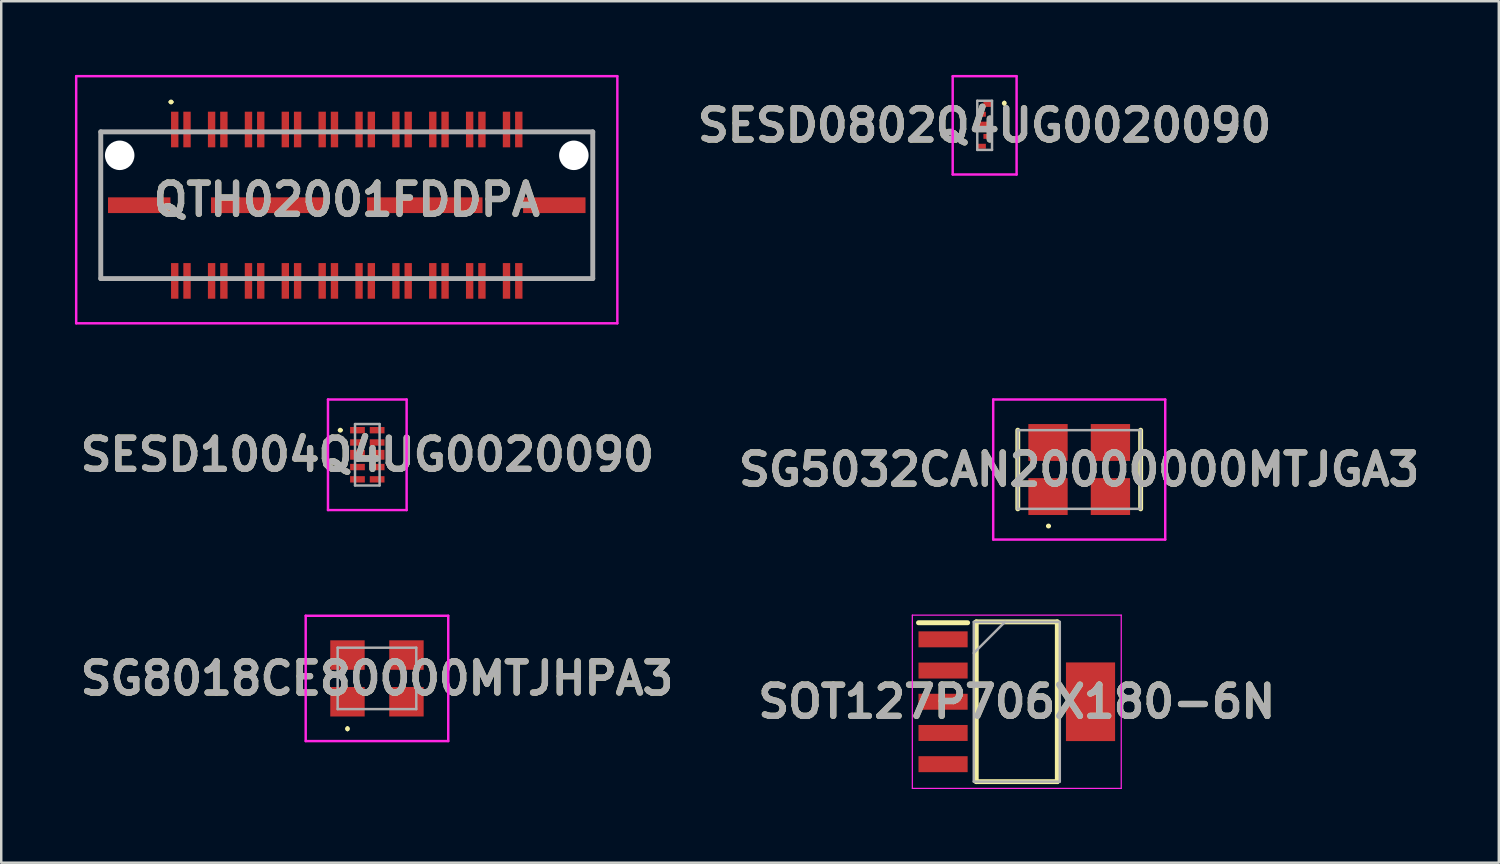
<source format=kicad_pcb>
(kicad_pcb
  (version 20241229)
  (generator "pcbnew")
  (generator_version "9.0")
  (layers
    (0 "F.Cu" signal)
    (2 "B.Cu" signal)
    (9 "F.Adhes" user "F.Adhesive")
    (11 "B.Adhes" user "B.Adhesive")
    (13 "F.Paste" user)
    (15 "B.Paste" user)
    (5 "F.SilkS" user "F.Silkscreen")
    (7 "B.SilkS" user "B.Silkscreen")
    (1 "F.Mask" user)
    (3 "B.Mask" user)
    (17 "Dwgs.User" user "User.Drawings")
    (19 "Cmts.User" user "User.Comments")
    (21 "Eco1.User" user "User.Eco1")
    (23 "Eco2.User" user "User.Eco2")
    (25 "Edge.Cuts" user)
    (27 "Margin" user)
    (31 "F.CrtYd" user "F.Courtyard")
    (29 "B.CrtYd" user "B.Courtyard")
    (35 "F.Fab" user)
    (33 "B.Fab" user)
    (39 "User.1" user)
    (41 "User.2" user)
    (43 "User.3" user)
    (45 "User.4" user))
  (footprint "SESD0802Q4UG0020090"
    (layer "F.Cu")
    (at 37.016 2.05)
    (property "Reference" "SESD0802Q4UG0020090" (at 0 0 0) (layer "F.SilkS") (effects (font (size 1.27 1.27) (thickness 0.254))))
    (attr smd)
    (fp_line (start 0.8 -0.95) (end 0.8 -0.95) (stroke (width 0.1) (type solid)) (layer "F.SilkS"))
    (fp_line (start 0.8 -0.85) (end 0.8 -0.85) (stroke (width 0.1) (type solid)) (layer "F.SilkS"))
    (fp_arc (start 0.8 -0.95) (mid 0.85 -0.9) (end 0.8 -0.85) (stroke (width 0.1) (type solid)) (layer "F.SilkS"))
    (fp_arc (start 0.8 -0.85) (mid 0.75 -0.9) (end 0.8 -0.95) (stroke (width 0.1) (type solid)) (layer "F.SilkS"))
    (fp_line (start -1.3 -2) (end -1.3 2) (stroke (width 0.1) (type solid)) (layer "F.CrtYd"))
    (fp_line (start -1.3 2) (end 1.3 2) (stroke (width 0.1) (type solid)) (layer "F.CrtYd"))
    (fp_line (start 1.3 -2) (end -1.3 -2) (stroke (width 0.1) (type solid)) (layer "F.CrtYd"))
    (fp_line (start 1.3 2) (end 1.3 -2) (stroke (width 0.1) (type solid)) (layer "F.CrtYd"))
    (fp_line (start -0.3 -1) (end -0.3 1) (stroke (width 0.1) (type solid)) (layer "F.Fab"))
    (fp_line (start -0.3 1) (end 0.3 1) (stroke (width 0.1) (type solid)) (layer "F.Fab"))
    (fp_line (start 0.3 -1) (end -0.3 -1) (stroke (width 0.1) (type solid)) (layer "F.Fab"))
    (fp_line (start 0.3 1) (end 0.3 -1) (stroke (width 0.1) (type solid)) (layer "F.Fab"))
    (fp_text user "${REFERENCE}" (at 0 0 0) (layer "F.Fab") (effects (font (size 1.27 1.27) (thickness 0.254))))
    (pad "1" smd rect (at 0.125 -0.85 90) (size 0.2 0.35) (layers "F.Cu" "F.Mask" "F.Paste"))
    (pad "2" smd rect (at 0.125 0.45 90) (size 0.2 0.35) (layers "F.Cu" "F.Mask" "F.Paste"))
    (pad "3" smd rect (at -0.125 0.85 90) (size 0.2 0.35) (layers "F.Cu" "F.Mask" "F.Paste"))
    (pad "4" smd rect (at -0.125 -0.45 90) (size 0.2 0.35) (layers "F.Cu" "F.Mask" "F.Paste"))
    (pad "5" smd rect (at 0 0 90) (size 0.3 0.5) (layers "F.Cu" "F.Mask" "F.Paste")))
  (footprint "SOT127P706X180-6N"
    (layer "F.Cu")
    (at 38.324 25.505)
    (property "Reference" "SOT127P706X180-6N" (at 0 0 0) (layer "F.SilkS") (effects (font (size 1.27 1.27) (thickness 0.254))))
    (attr smd)
    (fp_line (start -4 -3.215) (end -2 -3.215) (stroke (width 0.2) (type solid)) (layer "F.SilkS"))
    (fp_line (start -1.65 -3.25) (end 1.65 -3.25) (stroke (width 0.2) (type solid)) (layer "F.SilkS"))
    (fp_line (start -1.65 3.25) (end -1.65 -3.25) (stroke (width 0.2) (type solid)) (layer "F.SilkS"))
    (fp_line (start 1.65 -3.25) (end 1.65 3.25) (stroke (width 0.2) (type solid)) (layer "F.SilkS"))
    (fp_line (start 1.65 3.25) (end -1.65 3.25) (stroke (width 0.2) (type solid)) (layer "F.SilkS"))
    (fp_line (start -4.25 -3.525) (end 4.25 -3.525) (stroke (width 0.05) (type solid)) (layer "F.CrtYd"))
    (fp_line (start -4.25 3.525) (end -4.25 -3.525) (stroke (width 0.05) (type solid)) (layer "F.CrtYd"))
    (fp_line (start 4.25 -3.525) (end 4.25 3.525) (stroke (width 0.05) (type solid)) (layer "F.CrtYd"))
    (fp_line (start 4.25 3.525) (end -4.25 3.525) (stroke (width 0.05) (type solid)) (layer "F.CrtYd"))
    (fp_line (start -1.75 -3.25) (end 1.75 -3.25) (stroke (width 0.1) (type solid)) (layer "F.Fab"))
    (fp_line (start -1.75 -1.98) (end -0.48 -3.25) (stroke (width 0.1) (type solid)) (layer "F.Fab"))
    (fp_line (start -1.75 3.25) (end -1.75 -3.25) (stroke (width 0.1) (type solid)) (layer "F.Fab"))
    (fp_line (start 1.75 -3.25) (end 1.75 3.25) (stroke (width 0.1) (type solid)) (layer "F.Fab"))
    (fp_line (start 1.75 3.25) (end -1.75 3.25) (stroke (width 0.1) (type solid)) (layer "F.Fab"))
    (fp_text user "${REFERENCE}" (at 0 0 0) (layer "F.Fab") (effects (font (size 1.27 1.27) (thickness 0.254))))
    (pad "1" smd rect (at -3 -2.54 90) (size 0.65 2) (layers "F.Cu" "F.Mask" "F.Paste"))
    (pad "2" smd rect (at -3 -1.27 90) (size 0.65 2) (layers "F.Cu" "F.Mask" "F.Paste"))
    (pad "3" smd rect (at -3 0 90) (size 0.65 2) (layers "F.Cu" "F.Mask" "F.Paste"))
    (pad "4" smd rect (at -3 1.27 90) (size 0.65 2) (layers "F.Cu" "F.Mask" "F.Paste"))
    (pad "5" smd rect (at -3 2.54 90) (size 0.65 2) (layers "F.Cu" "F.Mask" "F.Paste"))
    (pad "6" smd rect (at 3 0) (size 2 3.2) (layers "F.Cu" "F.Mask" "F.Paste")))
  (footprint "QTH02001FDDPA"
    (layer "F.Cu")
    (at 11.06 5.3)
    (property "Reference" "QTH02001FDDPA" (at 0 -0.223 0) (layer "F.SilkS") (effects (font (size 1.27 1.27) (thickness 0.254))))
    (attr through_hole)
    (fp_line (start -10.01 -2.985) (end -10 3) (stroke (width 0.1) (type solid)) (layer "F.SilkS"))
    (fp_line (start -10 3) (end -7.4 3) (stroke (width 0.1) (type solid)) (layer "F.SilkS"))
    (fp_line (start -7.4 -2.985) (end -10.01 -2.985) (stroke (width 0.1) (type solid)) (layer "F.SilkS"))
    (fp_line (start -7.2 -4.2) (end -7.2 -4.2) (stroke (width 0.1) (type solid)) (layer "F.SilkS"))
    (fp_line (start -7.1 -4.2) (end -7.1 -4.2) (stroke (width 0.1) (type solid)) (layer "F.SilkS"))
    (fp_line (start 7.4 -2.985) (end 10.01 -2.985) (stroke (width 0.1) (type solid)) (layer "F.SilkS"))
    (fp_line (start 10 3) (end 7.4 3) (stroke (width 0.1) (type solid)) (layer "F.SilkS"))
    (fp_line (start 10.01 -2.985) (end 10 3) (stroke (width 0.1) (type solid)) (layer "F.SilkS"))
    (fp_arc (start -7.2 -4.2) (mid -7.15 -4.25) (end -7.1 -4.2) (stroke (width 0.1) (type solid)) (layer "F.SilkS"))
    (fp_arc (start -7.1 -4.2) (mid -7.15 -4.15) (end -7.2 -4.2) (stroke (width 0.1) (type solid)) (layer "F.SilkS"))
    (fp_line (start -11.01 -5.25) (end 11.01 -5.25) (stroke (width 0.1) (type solid)) (layer "F.CrtYd"))
    (fp_line (start -11.01 4.805) (end -11.01 -5.25) (stroke (width 0.1) (type solid)) (layer "F.CrtYd"))
    (fp_line (start 11.01 -5.25) (end 11.01 4.805) (stroke (width 0.1) (type solid)) (layer "F.CrtYd"))
    (fp_line (start 11.01 4.805) (end -11.01 4.805) (stroke (width 0.1) (type solid)) (layer "F.CrtYd"))
    (fp_line (start -10.01 -2.985) (end 10.01 -2.985) (stroke (width 0.2) (type solid)) (layer "F.Fab"))
    (fp_line (start -10.01 2.985) (end -10.01 -2.985) (stroke (width 0.2) (type solid)) (layer "F.Fab"))
    (fp_line (start 10.01 -2.985) (end 10.01 2.985) (stroke (width 0.2) (type solid)) (layer "F.Fab"))
    (fp_line (start 10.01 2.985) (end -10.01 2.985) (stroke (width 0.2) (type solid)) (layer "F.Fab"))
    (fp_text user "${REFERENCE}" (at 0 -0.223 0) (layer "F.Fab") (effects (font (size 1.27 1.27) (thickness 0.254))))
    (pad "" np_thru_hole circle (at -9.24 -2.03) (size 1.2 1.2) (drill 1.2) (layers "*.Cu" "*.Mask"))
    (pad "" np_thru_hole circle (at 9.24 -2.03) (size 1.2 1.2) (drill 1.2) (layers "*.Cu" "*.Mask"))
    (pad "1" smd rect (at -7 -3.08) (size 0.3 1.45) (layers "F.Cu" "F.Mask" "F.Paste"))
    (pad "2" smd rect (at -7 3.08) (size 0.3 1.45) (layers "F.Cu" "F.Mask" "F.Paste"))
    (pad "3" smd rect (at -6.5 -3.08) (size 0.3 1.45) (layers "F.Cu" "F.Mask" "F.Paste"))
    (pad "4" smd rect (at -6.5 3.08) (size 0.3 1.45) (layers "F.Cu" "F.Mask" "F.Paste"))
    (pad "5" smd rect (at -5.5 -3.08) (size 0.3 1.45) (layers "F.Cu" "F.Mask" "F.Paste"))
    (pad "6" smd rect (at -5.5 3.08) (size 0.3 1.45) (layers "F.Cu" "F.Mask" "F.Paste"))
    (pad "7" smd rect (at -5 -3.08) (size 0.3 1.45) (layers "F.Cu" "F.Mask" "F.Paste"))
    (pad "8" smd rect (at -5 3.08) (size 0.3 1.45) (layers "F.Cu" "F.Mask" "F.Paste"))
    (pad "9" smd rect (at -4 -3.08) (size 0.3 1.45) (layers "F.Cu" "F.Mask" "F.Paste"))
    (pad "10" smd rect (at -4 3.08) (size 0.3 1.45) (layers "F.Cu" "F.Mask" "F.Paste"))
    (pad "11" smd rect (at -3.5 -3.08) (size 0.3 1.45) (layers "F.Cu" "F.Mask" "F.Paste"))
    (pad "12" smd rect (at -3.5 3.08) (size 0.3 1.45) (layers "F.Cu" "F.Mask" "F.Paste"))
    (pad "13" smd rect (at -2.5 -3.08) (size 0.3 1.45) (layers "F.Cu" "F.Mask" "F.Paste"))
    (pad "14" smd rect (at -2.5 3.08) (size 0.3 1.45) (layers "F.Cu" "F.Mask" "F.Paste"))
    (pad "15" smd rect (at -2 -3.08) (size 0.3 1.45) (layers "F.Cu" "F.Mask" "F.Paste"))
    (pad "16" smd rect (at -2 3.08) (size 0.3 1.45) (layers "F.Cu" "F.Mask" "F.Paste"))
    (pad "17" smd rect (at -1 -3.08) (size 0.3 1.45) (layers "F.Cu" "F.Mask" "F.Paste"))
    (pad "18" smd rect (at -1 3.08) (size 0.3 1.45) (layers "F.Cu" "F.Mask" "F.Paste"))
    (pad "19" smd rect (at -0.5 -3.08) (size 0.3 1.45) (layers "F.Cu" "F.Mask" "F.Paste"))
    (pad "20" smd rect (at -0.5 3.08) (size 0.3 1.45) (layers "F.Cu" "F.Mask" "F.Paste"))
    (pad "21" smd rect (at 0.5 -3.08) (size 0.3 1.45) (layers "F.Cu" "F.Mask" "F.Paste"))
    (pad "22" smd rect (at 0.5 3.08) (size 0.3 1.45) (layers "F.Cu" "F.Mask" "F.Paste"))
    (pad "23" smd rect (at 1 -3.08) (size 0.3 1.45) (layers "F.Cu" "F.Mask" "F.Paste"))
    (pad "24" smd rect (at 1 3.08) (size 0.3 1.45) (layers "F.Cu" "F.Mask" "F.Paste"))
    (pad "25" smd rect (at 2 -3.08) (size 0.3 1.45) (layers "F.Cu" "F.Mask" "F.Paste"))
    (pad "26" smd rect (at 2 3.08) (size 0.3 1.45) (layers "F.Cu" "F.Mask" "F.Paste"))
    (pad "27" smd rect (at 2.5 -3.08) (size 0.3 1.45) (layers "F.Cu" "F.Mask" "F.Paste"))
    (pad "28" smd rect (at 2.5 3.08) (size 0.3 1.45) (layers "F.Cu" "F.Mask" "F.Paste"))
    (pad "29" smd rect (at 3.5 -3.08) (size 0.3 1.45) (layers "F.Cu" "F.Mask" "F.Paste"))
    (pad "30" smd rect (at 3.5 3.08) (size 0.3 1.45) (layers "F.Cu" "F.Mask" "F.Paste"))
    (pad "31" smd rect (at 4 -3.08) (size 0.3 1.45) (layers "F.Cu" "F.Mask" "F.Paste"))
    (pad "32" smd rect (at 4 3.08) (size 0.3 1.45) (layers "F.Cu" "F.Mask" "F.Paste"))
    (pad "33" smd rect (at 5 -3.08) (size 0.3 1.45) (layers "F.Cu" "F.Mask" "F.Paste"))
    (pad "34" smd rect (at 5 3.08) (size 0.3 1.45) (layers "F.Cu" "F.Mask" "F.Paste"))
    (pad "35" smd rect (at 5.5 -3.08) (size 0.3 1.45) (layers "F.Cu" "F.Mask" "F.Paste"))
    (pad "36" smd rect (at 5.5 3.08) (size 0.3 1.45) (layers "F.Cu" "F.Mask" "F.Paste"))
    (pad "37" smd rect (at 6.5 -3.08) (size 0.3 1.45) (layers "F.Cu" "F.Mask" "F.Paste"))
    (pad "38" smd rect (at 6.5 3.08) (size 0.3 1.45) (layers "F.Cu" "F.Mask" "F.Paste"))
    (pad "39" smd rect (at 7 -3.08) (size 0.3 1.45) (layers "F.Cu" "F.Mask" "F.Paste"))
    (pad "40" smd rect (at 7 3.08) (size 0.3 1.45) (layers "F.Cu" "F.Mask" "F.Paste"))
    (pad "MP1" smd rect (at -8.445 0 90) (size 0.64 2.54) (layers "F.Cu" "F.Mask" "F.Paste"))
    (pad "MP2" smd rect (at -3.175 0 90) (size 0.64 4.7) (layers "F.Cu" "F.Mask" "F.Paste"))
    (pad "MP3" smd rect (at 3.175 0 90) (size 0.64 4.7) (layers "F.Cu" "F.Mask" "F.Paste"))
    (pad "MP4" smd rect (at 8.445 0 90) (size 0.64 2.54) (layers "F.Cu" "F.Mask" "F.Paste")))
  (footprint "SG5032CAN20000000MTJGA3"
    (layer "F.Cu")
    (at 40.864 16.055)
    (property "Reference" "SG5032CAN20000000MTJGA3" (at 0 0 0) (layer "F.SilkS") (effects (font (size 1.27 1.27) (thickness 0.254))))
    (attr smd)
    (fp_line (start -2.5 -1.6) (end -2.5 1.6) (stroke (width 0.2) (type solid)) (layer "F.SilkS"))
    (fp_line (start -1.3 2.3) (end -1.3 2.3) (stroke (width 0.1) (type solid)) (layer "F.SilkS"))
    (fp_line (start -1.2 2.3) (end -1.2 2.3) (stroke (width 0.1) (type solid)) (layer "F.SilkS"))
    (fp_line (start 2.5 -1.6) (end 2.5 1.6) (stroke (width 0.2) (type solid)) (layer "F.SilkS"))
    (fp_arc (start -1.3 2.3) (mid -1.25 2.25) (end -1.2 2.3) (stroke (width 0.1) (type solid)) (layer "F.SilkS"))
    (fp_arc (start -1.2 2.3) (mid -1.25 2.35) (end -1.3 2.3) (stroke (width 0.1) (type solid)) (layer "F.SilkS"))
    (fp_line (start -3.5 -2.85) (end 3.5 -2.85) (stroke (width 0.1) (type solid)) (layer "F.CrtYd"))
    (fp_line (start -3.5 2.85) (end -3.5 -2.85) (stroke (width 0.1) (type solid)) (layer "F.CrtYd"))
    (fp_line (start 3.5 -2.85) (end 3.5 2.85) (stroke (width 0.1) (type solid)) (layer "F.CrtYd"))
    (fp_line (start 3.5 2.85) (end -3.5 2.85) (stroke (width 0.1) (type solid)) (layer "F.CrtYd"))
    (fp_line (start -2.5 -1.6) (end 2.5 -1.6) (stroke (width 0.1) (type solid)) (layer "F.Fab"))
    (fp_line (start -2.5 1.6) (end -2.5 -1.6) (stroke (width 0.1) (type solid)) (layer "F.Fab"))
    (fp_line (start 2.5 -1.6) (end 2.5 1.6) (stroke (width 0.1) (type solid)) (layer "F.Fab"))
    (fp_line (start 2.5 1.6) (end -2.5 1.6) (stroke (width 0.1) (type solid)) (layer "F.Fab"))
    (fp_text user "${REFERENCE}" (at 0 0 0) (layer "F.Fab") (effects (font (size 1.27 1.27) (thickness 0.254))))
    (pad "1" smd rect (at -1.27 1.1 90) (size 1.5 1.6) (layers "F.Cu" "F.Mask" "F.Paste"))
    (pad "2" smd rect (at 1.27 1.1 90) (size 1.5 1.6) (layers "F.Cu" "F.Mask" "F.Paste"))
    (pad "3" smd rect (at 1.27 -1.1 90) (size 1.5 1.6) (layers "F.Cu" "F.Mask" "F.Paste"))
    (pad "4" smd rect (at -1.27 -1.1 90) (size 1.5 1.6) (layers "F.Cu" "F.Mask" "F.Paste")))
  (footprint "SESD1004Q4UG0020090"
    (layer "F.Cu")
    (at 11.896 15.455)
    (property "Reference" "SESD1004Q4UG0020090" (at 0 0 0) (layer "F.SilkS") (effects (font (size 1.27 1.27) (thickness 0.254))))
    (attr smd)
    (fp_line (start -1.15 -1) (end -1.15 -1) (stroke (width 0.1) (type solid)) (layer "F.SilkS"))
    (fp_line (start -1.05 -1) (end -1.05 -1) (stroke (width 0.1) (type solid)) (layer "F.SilkS"))
    (fp_arc (start -1.15 -1) (mid -1.1 -1.05) (end -1.05 -1) (stroke (width 0.1) (type solid)) (layer "F.SilkS"))
    (fp_arc (start -1.05 -1) (mid -1.1 -0.95) (end -1.15 -1) (stroke (width 0.1) (type solid)) (layer "F.SilkS"))
    (fp_line (start -1.6 -2.25) (end 1.6 -2.25) (stroke (width 0.1) (type solid)) (layer "F.CrtYd"))
    (fp_line (start -1.6 2.25) (end -1.6 -2.25) (stroke (width 0.1) (type solid)) (layer "F.CrtYd"))
    (fp_line (start 1.6 -2.25) (end 1.6 2.25) (stroke (width 0.1) (type solid)) (layer "F.CrtYd"))
    (fp_line (start 1.6 2.25) (end -1.6 2.25) (stroke (width 0.1) (type solid)) (layer "F.CrtYd"))
    (fp_line (start -0.5 -1.25) (end 0.5 -1.25) (stroke (width 0.1) (type solid)) (layer "F.Fab"))
    (fp_line (start -0.5 1.25) (end -0.5 -1.25) (stroke (width 0.1) (type solid)) (layer "F.Fab"))
    (fp_line (start 0.5 -1.25) (end 0.5 1.25) (stroke (width 0.1) (type solid)) (layer "F.Fab"))
    (fp_line (start 0.5 1.25) (end -0.5 1.25) (stroke (width 0.1) (type solid)) (layer "F.Fab"))
    (fp_text user "${REFERENCE}" (at 0 0 0) (layer "F.Fab") (effects (font (size 1.27 1.27) (thickness 0.254))))
    (pad "1" smd rect (at -0.4 -1 90) (size 0.26 0.6) (layers "F.Cu" "F.Mask" "F.Paste"))
    (pad "2" smd rect (at -0.4 -0.5 90) (size 0.26 0.6) (layers "F.Cu" "F.Mask" "F.Paste"))
    (pad "3" smd rect (at -0.4 0 90) (size 0.4 0.6) (layers "F.Cu" "F.Mask" "F.Paste"))
    (pad "4" smd rect (at -0.4 0.5 90) (size 0.26 0.6) (layers "F.Cu" "F.Mask" "F.Paste"))
    (pad "5" smd rect (at -0.4 1 90) (size 0.26 0.6) (layers "F.Cu" "F.Mask" "F.Paste"))
    (pad "6" smd rect (at 0.4 1 90) (size 0.26 0.6) (layers "F.Cu" "F.Mask" "F.Paste"))
    (pad "7" smd rect (at 0.4 0.5 90) (size 0.26 0.6) (layers "F.Cu" "F.Mask" "F.Paste"))
    (pad "8" smd rect (at 0.4 0 90) (size 0.4 0.6) (layers "F.Cu" "F.Mask" "F.Paste"))
    (pad "9" smd rect (at 0.4 -0.5 90) (size 0.26 0.6) (layers "F.Cu" "F.Mask" "F.Paste"))
    (pad "10" smd rect (at 0.4 -1 90) (size 0.26 0.6) (layers "F.Cu" "F.Mask" "F.Paste")))
  (footprint "SG8018CE80000MTJHPA3"
    (layer "F.Cu")
    (at 12.289 24.555)
    (property "Reference" "SG8018CE80000MTJHPA3" (at 0 0 0) (layer "F.SilkS") (effects (font (size 1.27 1.27) (thickness 0.254))))
    (attr smd)
    (fp_line (start -1.2 2) (end -1.2 2) (stroke (width 0.1) (type solid)) (layer "F.SilkS"))
    (fp_line (start -1.2 2.1) (end -1.2 2.1) (stroke (width 0.1) (type solid)) (layer "F.SilkS"))
    (fp_arc (start -1.2 2) (mid -1.15 2.05) (end -1.2 2.1) (stroke (width 0.1) (type solid)) (layer "F.SilkS"))
    (fp_arc (start -1.2 2.1) (mid -1.25 2.05) (end -1.2 2) (stroke (width 0.1) (type solid)) (layer "F.SilkS"))
    (fp_line (start -2.9 -2.55) (end 2.9 -2.55) (stroke (width 0.1) (type solid)) (layer "F.CrtYd"))
    (fp_line (start -2.9 2.55) (end -2.9 -2.55) (stroke (width 0.1) (type solid)) (layer "F.CrtYd"))
    (fp_line (start 2.9 -2.55) (end 2.9 2.55) (stroke (width 0.1) (type solid)) (layer "F.CrtYd"))
    (fp_line (start 2.9 2.55) (end -2.9 2.55) (stroke (width 0.1) (type solid)) (layer "F.CrtYd"))
    (fp_line (start -1.6 -1.25) (end 1.6 -1.25) (stroke (width 0.1) (type solid)) (layer "F.Fab"))
    (fp_line (start -1.6 1.25) (end -1.6 -1.25) (stroke (width 0.1) (type solid)) (layer "F.Fab"))
    (fp_line (start 1.6 -1.25) (end 1.6 1.25) (stroke (width 0.1) (type solid)) (layer "F.Fab"))
    (fp_line (start 1.6 1.25) (end -1.6 1.25) (stroke (width 0.1) (type solid)) (layer "F.Fab"))
    (fp_text user "${REFERENCE}" (at 0 0 0) (layer "F.Fab") (effects (font (size 1.27 1.27) (thickness 0.254))))
    (pad "1" smd rect (at -1.2 0.95 90) (size 1.2 1.4) (layers "F.Cu" "F.Mask" "F.Paste"))
    (pad "2" smd rect (at 1.2 0.95 90) (size 1.2 1.4) (layers "F.Cu" "F.Mask" "F.Paste"))
    (pad "3" smd rect (at 1.2 -0.95 90) (size 1.2 1.4) (layers "F.Cu" "F.Mask" "F.Paste"))
    (pad "4" smd rect (at -1.2 -0.95 90) (size 1.2 1.4) (layers "F.Cu" "F.Mask" "F.Paste")))
  (gr_rect
    (start -3 -3)
    (end 57.937 32.055)
    (stroke (width 0.1) (type default))
    (fill no)
    (layer "Edge.Cuts")))
</source>
